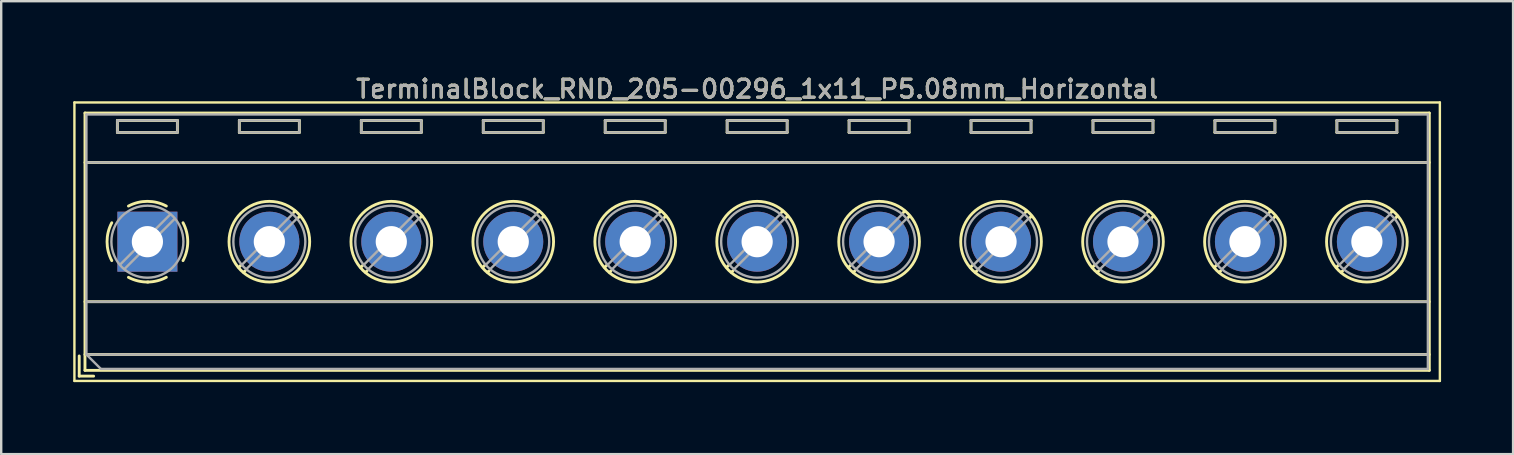
<source format=kicad_pcb>
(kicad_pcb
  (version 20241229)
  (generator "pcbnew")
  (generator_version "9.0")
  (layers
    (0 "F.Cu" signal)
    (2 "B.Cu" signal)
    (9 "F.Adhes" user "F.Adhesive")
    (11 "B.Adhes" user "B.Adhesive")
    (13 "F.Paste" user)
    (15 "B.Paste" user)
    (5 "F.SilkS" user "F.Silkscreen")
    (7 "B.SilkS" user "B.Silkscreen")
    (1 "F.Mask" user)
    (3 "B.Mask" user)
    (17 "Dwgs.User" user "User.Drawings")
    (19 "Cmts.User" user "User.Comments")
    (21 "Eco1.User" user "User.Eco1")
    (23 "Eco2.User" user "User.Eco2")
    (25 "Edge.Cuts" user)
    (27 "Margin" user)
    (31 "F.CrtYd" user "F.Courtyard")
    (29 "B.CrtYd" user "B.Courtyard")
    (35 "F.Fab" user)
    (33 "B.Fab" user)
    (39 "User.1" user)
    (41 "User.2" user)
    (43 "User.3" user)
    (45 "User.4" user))
  (footprint "TerminalBlock_RND_205-00296_1x11_P5.08mm_Horizontal"
    (layer "F.Cu")
    (at 3.09 7.018)
    (property "Reference" "TerminalBlock_RND_205-00296_1x11_P5.08mm_Horizontal" (at 25.4 -6.36 0) (layer "F.SilkS") (effects (font (size 0.75 0.75) (thickness 0.125))))
    (attr through_hole)
    (fp_line (start -3.04 -5.8) (end -3.04 5.8) (stroke (width 0.1) (type solid)) (layer "F.SilkS"))
    (fp_line (start -3.04 5.8) (end 53.84 5.8) (stroke (width 0.1) (type solid)) (layer "F.SilkS"))
    (fp_line (start -2.84 4.76) (end -2.84 5.6) (stroke (width 0.12) (type solid)) (layer "F.SilkS"))
    (fp_line (start -2.84 5.6) (end -2.24 5.6) (stroke (width 0.12) (type solid)) (layer "F.SilkS"))
    (fp_line (start -2.6 -5.36) (end -2.6 5.36) (stroke (width 0.12) (type solid)) (layer "F.SilkS"))
    (fp_line (start -2.6 -5.36) (end 53.4 -5.36) (stroke (width 0.12) (type solid)) (layer "F.SilkS"))
    (fp_line (start -2.6 -3.3) (end 53.4 -3.3) (stroke (width 0.12) (type solid)) (layer "F.SilkS"))
    (fp_line (start -2.6 2.5) (end 53.4 2.5) (stroke (width 0.12) (type solid)) (layer "F.SilkS"))
    (fp_line (start -2.6 4.7) (end 53.4 4.7) (stroke (width 0.12) (type solid)) (layer "F.SilkS"))
    (fp_line (start -2.6 5.36) (end 53.4 5.36) (stroke (width 0.12) (type solid)) (layer "F.SilkS"))
    (fp_line (start -1.25 -5.05) (end -1.25 -4.55) (stroke (width 0.12) (type solid)) (layer "F.SilkS"))
    (fp_line (start -1.25 -5.05) (end 1.25 -5.05) (stroke (width 0.12) (type solid)) (layer "F.SilkS"))
    (fp_line (start -1.25 -4.55) (end 1.25 -4.55) (stroke (width 0.12) (type solid)) (layer "F.SilkS"))
    (fp_line (start 1.25 -5.05) (end 1.25 -4.55) (stroke (width 0.12) (type solid)) (layer "F.SilkS"))
    (fp_line (start 3.83 -5.05) (end 3.83 -4.55) (stroke (width 0.12) (type solid)) (layer "F.SilkS"))
    (fp_line (start 3.83 -5.05) (end 6.33 -5.05) (stroke (width 0.12) (type solid)) (layer "F.SilkS"))
    (fp_line (start 3.83 -4.55) (end 6.33 -4.55) (stroke (width 0.12) (type solid)) (layer "F.SilkS"))
    (fp_line (start 3.9 0.976) (end 3.806 1.069) (stroke (width 0.12) (type solid)) (layer "F.SilkS"))
    (fp_line (start 4.07 1.216) (end 4.011 1.274) (stroke (width 0.12) (type solid)) (layer "F.SilkS"))
    (fp_line (start 6.15 -1.275) (end 6.091 -1.216) (stroke (width 0.12) (type solid)) (layer "F.SilkS"))
    (fp_line (start 6.33 -5.05) (end 6.33 -4.55) (stroke (width 0.12) (type solid)) (layer "F.SilkS"))
    (fp_line (start 6.355 -1.069) (end 6.261 -0.976) (stroke (width 0.12) (type solid)) (layer "F.SilkS"))
    (fp_line (start 8.91 -5.05) (end 8.91 -4.55) (stroke (width 0.12) (type solid)) (layer "F.SilkS"))
    (fp_line (start 8.91 -5.05) (end 11.41 -5.05) (stroke (width 0.12) (type solid)) (layer "F.SilkS"))
    (fp_line (start 8.91 -4.55) (end 11.41 -4.55) (stroke (width 0.12) (type solid)) (layer "F.SilkS"))
    (fp_line (start 8.98 0.976) (end 8.886 1.069) (stroke (width 0.12) (type solid)) (layer "F.SilkS"))
    (fp_line (start 9.15 1.216) (end 9.091 1.274) (stroke (width 0.12) (type solid)) (layer "F.SilkS"))
    (fp_line (start 11.23 -1.275) (end 11.171 -1.216) (stroke (width 0.12) (type solid)) (layer "F.SilkS"))
    (fp_line (start 11.41 -5.05) (end 11.41 -4.55) (stroke (width 0.12) (type solid)) (layer "F.SilkS"))
    (fp_line (start 11.435 -1.069) (end 11.341 -0.976) (stroke (width 0.12) (type solid)) (layer "F.SilkS"))
    (fp_line (start 13.99 -5.05) (end 13.99 -4.55) (stroke (width 0.12) (type solid)) (layer "F.SilkS"))
    (fp_line (start 13.99 -5.05) (end 16.49 -5.05) (stroke (width 0.12) (type solid)) (layer "F.SilkS"))
    (fp_line (start 13.99 -4.55) (end 16.49 -4.55) (stroke (width 0.12) (type solid)) (layer "F.SilkS"))
    (fp_line (start 14.06 0.976) (end 13.966 1.069) (stroke (width 0.12) (type solid)) (layer "F.SilkS"))
    (fp_line (start 14.23 1.216) (end 14.171 1.274) (stroke (width 0.12) (type solid)) (layer "F.SilkS"))
    (fp_line (start 16.31 -1.275) (end 16.251 -1.216) (stroke (width 0.12) (type solid)) (layer "F.SilkS"))
    (fp_line (start 16.49 -5.05) (end 16.49 -4.55) (stroke (width 0.12) (type solid)) (layer "F.SilkS"))
    (fp_line (start 16.515 -1.069) (end 16.421 -0.976) (stroke (width 0.12) (type solid)) (layer "F.SilkS"))
    (fp_line (start 19.07 -5.05) (end 19.07 -4.55) (stroke (width 0.12) (type solid)) (layer "F.SilkS"))
    (fp_line (start 19.07 -5.05) (end 21.57 -5.05) (stroke (width 0.12) (type solid)) (layer "F.SilkS"))
    (fp_line (start 19.07 -4.55) (end 21.57 -4.55) (stroke (width 0.12) (type solid)) (layer "F.SilkS"))
    (fp_line (start 19.14 0.976) (end 19.046 1.069) (stroke (width 0.12) (type solid)) (layer "F.SilkS"))
    (fp_line (start 19.31 1.216) (end 19.251 1.274) (stroke (width 0.12) (type solid)) (layer "F.SilkS"))
    (fp_line (start 21.39 -1.275) (end 21.331 -1.216) (stroke (width 0.12) (type solid)) (layer "F.SilkS"))
    (fp_line (start 21.57 -5.05) (end 21.57 -4.55) (stroke (width 0.12) (type solid)) (layer "F.SilkS"))
    (fp_line (start 21.595 -1.069) (end 21.501 -0.976) (stroke (width 0.12) (type solid)) (layer "F.SilkS"))
    (fp_line (start 24.15 -5.05) (end 24.15 -4.55) (stroke (width 0.12) (type solid)) (layer "F.SilkS"))
    (fp_line (start 24.15 -5.05) (end 26.65 -5.05) (stroke (width 0.12) (type solid)) (layer "F.SilkS"))
    (fp_line (start 24.15 -4.55) (end 26.65 -4.55) (stroke (width 0.12) (type solid)) (layer "F.SilkS"))
    (fp_line (start 24.22 0.976) (end 24.126 1.069) (stroke (width 0.12) (type solid)) (layer "F.SilkS"))
    (fp_line (start 24.39 1.216) (end 24.331 1.274) (stroke (width 0.12) (type solid)) (layer "F.SilkS"))
    (fp_line (start 26.47 -1.275) (end 26.411 -1.216) (stroke (width 0.12) (type solid)) (layer "F.SilkS"))
    (fp_line (start 26.65 -5.05) (end 26.65 -4.55) (stroke (width 0.12) (type solid)) (layer "F.SilkS"))
    (fp_line (start 26.675 -1.069) (end 26.581 -0.976) (stroke (width 0.12) (type solid)) (layer "F.SilkS"))
    (fp_line (start 29.23 -5.05) (end 29.23 -4.55) (stroke (width 0.12) (type solid)) (layer "F.SilkS"))
    (fp_line (start 29.23 -5.05) (end 31.73 -5.05) (stroke (width 0.12) (type solid)) (layer "F.SilkS"))
    (fp_line (start 29.23 -4.55) (end 31.73 -4.55) (stroke (width 0.12) (type solid)) (layer "F.SilkS"))
    (fp_line (start 29.3 0.976) (end 29.206 1.069) (stroke (width 0.12) (type solid)) (layer "F.SilkS"))
    (fp_line (start 29.47 1.216) (end 29.411 1.274) (stroke (width 0.12) (type solid)) (layer "F.SilkS"))
    (fp_line (start 31.55 -1.275) (end 31.491 -1.216) (stroke (width 0.12) (type solid)) (layer "F.SilkS"))
    (fp_line (start 31.73 -5.05) (end 31.73 -4.55) (stroke (width 0.12) (type solid)) (layer "F.SilkS"))
    (fp_line (start 31.755 -1.069) (end 31.661 -0.976) (stroke (width 0.12) (type solid)) (layer "F.SilkS"))
    (fp_line (start 34.31 -5.05) (end 34.31 -4.55) (stroke (width 0.12) (type solid)) (layer "F.SilkS"))
    (fp_line (start 34.31 -5.05) (end 36.81 -5.05) (stroke (width 0.12) (type solid)) (layer "F.SilkS"))
    (fp_line (start 34.31 -4.55) (end 36.81 -4.55) (stroke (width 0.12) (type solid)) (layer "F.SilkS"))
    (fp_line (start 34.38 0.976) (end 34.286 1.069) (stroke (width 0.12) (type solid)) (layer "F.SilkS"))
    (fp_line (start 34.55 1.216) (end 34.491 1.274) (stroke (width 0.12) (type solid)) (layer "F.SilkS"))
    (fp_line (start 36.63 -1.275) (end 36.571 -1.216) (stroke (width 0.12) (type solid)) (layer "F.SilkS"))
    (fp_line (start 36.81 -5.05) (end 36.81 -4.55) (stroke (width 0.12) (type solid)) (layer "F.SilkS"))
    (fp_line (start 36.835 -1.069) (end 36.741 -0.976) (stroke (width 0.12) (type solid)) (layer "F.SilkS"))
    (fp_line (start 39.39 -5.05) (end 39.39 -4.55) (stroke (width 0.12) (type solid)) (layer "F.SilkS"))
    (fp_line (start 39.39 -5.05) (end 41.89 -5.05) (stroke (width 0.12) (type solid)) (layer "F.SilkS"))
    (fp_line (start 39.39 -4.55) (end 41.89 -4.55) (stroke (width 0.12) (type solid)) (layer "F.SilkS"))
    (fp_line (start 39.46 0.976) (end 39.366 1.069) (stroke (width 0.12) (type solid)) (layer "F.SilkS"))
    (fp_line (start 39.63 1.216) (end 39.571 1.274) (stroke (width 0.12) (type solid)) (layer "F.SilkS"))
    (fp_line (start 41.71 -1.275) (end 41.651 -1.216) (stroke (width 0.12) (type solid)) (layer "F.SilkS"))
    (fp_line (start 41.89 -5.05) (end 41.89 -4.55) (stroke (width 0.12) (type solid)) (layer "F.SilkS"))
    (fp_line (start 41.915 -1.069) (end 41.821 -0.976) (stroke (width 0.12) (type solid)) (layer "F.SilkS"))
    (fp_line (start 44.47 -5.05) (end 44.47 -4.55) (stroke (width 0.12) (type solid)) (layer "F.SilkS"))
    (fp_line (start 44.47 -5.05) (end 46.97 -5.05) (stroke (width 0.12) (type solid)) (layer "F.SilkS"))
    (fp_line (start 44.47 -4.55) (end 46.97 -4.55) (stroke (width 0.12) (type solid)) (layer "F.SilkS"))
    (fp_line (start 44.54 0.976) (end 44.446 1.069) (stroke (width 0.12) (type solid)) (layer "F.SilkS"))
    (fp_line (start 44.71 1.216) (end 44.651 1.274) (stroke (width 0.12) (type solid)) (layer "F.SilkS"))
    (fp_line (start 46.79 -1.275) (end 46.731 -1.216) (stroke (width 0.12) (type solid)) (layer "F.SilkS"))
    (fp_line (start 46.97 -5.05) (end 46.97 -4.55) (stroke (width 0.12) (type solid)) (layer "F.SilkS"))
    (fp_line (start 46.995 -1.069) (end 46.901 -0.976) (stroke (width 0.12) (type solid)) (layer "F.SilkS"))
    (fp_line (start 49.55 -5.05) (end 49.55 -4.55) (stroke (width 0.12) (type solid)) (layer "F.SilkS"))
    (fp_line (start 49.55 -5.05) (end 52.05 -5.05) (stroke (width 0.12) (type solid)) (layer "F.SilkS"))
    (fp_line (start 49.55 -4.55) (end 52.05 -4.55) (stroke (width 0.12) (type solid)) (layer "F.SilkS"))
    (fp_line (start 49.62 0.976) (end 49.526 1.069) (stroke (width 0.12) (type solid)) (layer "F.SilkS"))
    (fp_line (start 49.79 1.216) (end 49.731 1.274) (stroke (width 0.12) (type solid)) (layer "F.SilkS"))
    (fp_line (start 51.87 -1.275) (end 51.811 -1.216) (stroke (width 0.12) (type solid)) (layer "F.SilkS"))
    (fp_line (start 52.05 -5.05) (end 52.05 -4.55) (stroke (width 0.12) (type solid)) (layer "F.SilkS"))
    (fp_line (start 52.075 -1.069) (end 51.981 -0.976) (stroke (width 0.12) (type solid)) (layer "F.SilkS"))
    (fp_line (start 53.4 -5.36) (end 53.4 5.36) (stroke (width 0.12) (type solid)) (layer "F.SilkS"))
    (fp_line (start 53.84 -5.8) (end -3.04 -5.8) (stroke (width 0.1) (type solid)) (layer "F.SilkS"))
    (fp_line (start 53.84 5.8) (end 53.84 -5.8) (stroke (width 0.1) (type solid)) (layer "F.SilkS"))
    (fp_arc (start -1.483953 0.789089) (mid -1.680708 0.00005) (end -1.484 -0.789) (stroke (width 0.12) (type solid)) (layer "F.SilkS"))
    (fp_arc (start -0.789089 -1.483953) (mid -0.00005 -1.680708) (end 0.789 -1.484) (stroke (width 0.12) (type solid)) (layer "F.SilkS"))
    (fp_arc (start 0.029383 1.68045) (mid -0.392304 1.634281) (end -0.789 1.484) (stroke (width 0.12) (type solid)) (layer "F.SilkS"))
    (fp_arc (start 0.788712 1.483352) (mid 0.406429 1.630097) (end 0 1.68) (stroke (width 0.12) (type solid)) (layer "F.SilkS"))
    (fp_arc (start 1.483953 -0.789089) (mid 1.680708 -0.00005) (end 1.484 0.789) (stroke (width 0.12) (type solid)) (layer "F.SilkS"))
    (fp_circle (center 5.08 0) (end 6.76 0) (stroke (width 0.12) (type solid)) (fill no) (layer "F.SilkS"))
    (fp_circle (center 10.16 0) (end 11.84 0) (stroke (width 0.12) (type solid)) (fill no) (layer "F.SilkS"))
    (fp_circle (center 15.24 0) (end 16.92 0) (stroke (width 0.12) (type solid)) (fill no) (layer "F.SilkS"))
    (fp_circle (center 20.32 0) (end 22 0) (stroke (width 0.12) (type solid)) (fill no) (layer "F.SilkS"))
    (fp_circle (center 25.4 0) (end 27.08 0) (stroke (width 0.12) (type solid)) (fill no) (layer "F.SilkS"))
    (fp_circle (center 30.48 0) (end 32.16 0) (stroke (width 0.12) (type solid)) (fill no) (layer "F.SilkS"))
    (fp_circle (center 35.56 0) (end 37.24 0) (stroke (width 0.12) (type solid)) (fill no) (layer "F.SilkS"))
    (fp_circle (center 40.64 0) (end 42.32 0) (stroke (width 0.12) (type solid)) (fill no) (layer "F.SilkS"))
    (fp_circle (center 45.72 0) (end 47.4 0) (stroke (width 0.12) (type solid)) (fill no) (layer "F.SilkS"))
    (fp_circle (center 50.8 0) (end 52.48 0) (stroke (width 0.12) (type solid)) (fill no) (layer "F.SilkS"))
    (fp_line (start -2.54 -5.3) (end 53.34 -5.3) (stroke (width 0.1) (type solid)) (layer "F.Fab"))
    (fp_line (start -2.54 -3.3) (end 53.34 -3.3) (stroke (width 0.1) (type solid)) (layer "F.Fab"))
    (fp_line (start -2.54 2.5) (end 53.34 2.5) (stroke (width 0.1) (type solid)) (layer "F.Fab"))
    (fp_line (start -2.54 4.7) (end -2.54 -5.3) (stroke (width 0.1) (type solid)) (layer "F.Fab"))
    (fp_line (start -2.54 4.7) (end 53.34 4.7) (stroke (width 0.1) (type solid)) (layer "F.Fab"))
    (fp_line (start -1.94 5.3) (end -2.54 4.7) (stroke (width 0.1) (type solid)) (layer "F.Fab"))
    (fp_line (start -1.25 -5.05) (end -1.25 -4.55) (stroke (width 0.1) (type solid)) (layer "F.Fab"))
    (fp_line (start -1.25 -4.55) (end 1.25 -4.55) (stroke (width 0.1) (type solid)) (layer "F.Fab"))
    (fp_line (start 0.955 -1.138) (end -1.138 0.955) (stroke (width 0.1) (type solid)) (layer "F.Fab"))
    (fp_line (start 1.138 -0.955) (end -0.955 1.138) (stroke (width 0.1) (type solid)) (layer "F.Fab"))
    (fp_line (start 1.25 -5.05) (end -1.25 -5.05) (stroke (width 0.1) (type solid)) (layer "F.Fab"))
    (fp_line (start 1.25 -4.55) (end 1.25 -5.05) (stroke (width 0.1) (type solid)) (layer "F.Fab"))
    (fp_line (start 3.83 -5.05) (end 3.83 -4.55) (stroke (width 0.1) (type solid)) (layer "F.Fab"))
    (fp_line (start 3.83 -4.55) (end 6.33 -4.55) (stroke (width 0.1) (type solid)) (layer "F.Fab"))
    (fp_line (start 6.035 -1.138) (end 3.943 0.955) (stroke (width 0.1) (type solid)) (layer "F.Fab"))
    (fp_line (start 6.218 -0.955) (end 4.126 1.138) (stroke (width 0.1) (type solid)) (layer "F.Fab"))
    (fp_line (start 6.33 -5.05) (end 3.83 -5.05) (stroke (width 0.1) (type solid)) (layer "F.Fab"))
    (fp_line (start 6.33 -4.55) (end 6.33 -5.05) (stroke (width 0.1) (type solid)) (layer "F.Fab"))
    (fp_line (start 8.91 -5.05) (end 8.91 -4.55) (stroke (width 0.1) (type solid)) (layer "F.Fab"))
    (fp_line (start 8.91 -4.55) (end 11.41 -4.55) (stroke (width 0.1) (type solid)) (layer "F.Fab"))
    (fp_line (start 11.115 -1.138) (end 9.023 0.955) (stroke (width 0.1) (type solid)) (layer "F.Fab"))
    (fp_line (start 11.298 -0.955) (end 9.206 1.138) (stroke (width 0.1) (type solid)) (layer "F.Fab"))
    (fp_line (start 11.41 -5.05) (end 8.91 -5.05) (stroke (width 0.1) (type solid)) (layer "F.Fab"))
    (fp_line (start 11.41 -4.55) (end 11.41 -5.05) (stroke (width 0.1) (type solid)) (layer "F.Fab"))
    (fp_line (start 13.99 -5.05) (end 13.99 -4.55) (stroke (width 0.1) (type solid)) (layer "F.Fab"))
    (fp_line (start 13.99 -4.55) (end 16.49 -4.55) (stroke (width 0.1) (type solid)) (layer "F.Fab"))
    (fp_line (start 16.195 -1.138) (end 14.103 0.955) (stroke (width 0.1) (type solid)) (layer "F.Fab"))
    (fp_line (start 16.378 -0.955) (end 14.286 1.138) (stroke (width 0.1) (type solid)) (layer "F.Fab"))
    (fp_line (start 16.49 -5.05) (end 13.99 -5.05) (stroke (width 0.1) (type solid)) (layer "F.Fab"))
    (fp_line (start 16.49 -4.55) (end 16.49 -5.05) (stroke (width 0.1) (type solid)) (layer "F.Fab"))
    (fp_line (start 19.07 -5.05) (end 19.07 -4.55) (stroke (width 0.1) (type solid)) (layer "F.Fab"))
    (fp_line (start 19.07 -4.55) (end 21.57 -4.55) (stroke (width 0.1) (type solid)) (layer "F.Fab"))
    (fp_line (start 21.275 -1.138) (end 19.183 0.955) (stroke (width 0.1) (type solid)) (layer "F.Fab"))
    (fp_line (start 21.458 -0.955) (end 19.366 1.138) (stroke (width 0.1) (type solid)) (layer "F.Fab"))
    (fp_line (start 21.57 -5.05) (end 19.07 -5.05) (stroke (width 0.1) (type solid)) (layer "F.Fab"))
    (fp_line (start 21.57 -4.55) (end 21.57 -5.05) (stroke (width 0.1) (type solid)) (layer "F.Fab"))
    (fp_line (start 24.15 -5.05) (end 24.15 -4.55) (stroke (width 0.1) (type solid)) (layer "F.Fab"))
    (fp_line (start 24.15 -4.55) (end 26.65 -4.55) (stroke (width 0.1) (type solid)) (layer "F.Fab"))
    (fp_line (start 26.355 -1.138) (end 24.263 0.955) (stroke (width 0.1) (type solid)) (layer "F.Fab"))
    (fp_line (start 26.538 -0.955) (end 24.446 1.138) (stroke (width 0.1) (type solid)) (layer "F.Fab"))
    (fp_line (start 26.65 -5.05) (end 24.15 -5.05) (stroke (width 0.1) (type solid)) (layer "F.Fab"))
    (fp_line (start 26.65 -4.55) (end 26.65 -5.05) (stroke (width 0.1) (type solid)) (layer "F.Fab"))
    (fp_line (start 29.23 -5.05) (end 29.23 -4.55) (stroke (width 0.1) (type solid)) (layer "F.Fab"))
    (fp_line (start 29.23 -4.55) (end 31.73 -4.55) (stroke (width 0.1) (type solid)) (layer "F.Fab"))
    (fp_line (start 31.435 -1.138) (end 29.343 0.955) (stroke (width 0.1) (type solid)) (layer "F.Fab"))
    (fp_line (start 31.618 -0.955) (end 29.526 1.138) (stroke (width 0.1) (type solid)) (layer "F.Fab"))
    (fp_line (start 31.73 -5.05) (end 29.23 -5.05) (stroke (width 0.1) (type solid)) (layer "F.Fab"))
    (fp_line (start 31.73 -4.55) (end 31.73 -5.05) (stroke (width 0.1) (type solid)) (layer "F.Fab"))
    (fp_line (start 34.31 -5.05) (end 34.31 -4.55) (stroke (width 0.1) (type solid)) (layer "F.Fab"))
    (fp_line (start 34.31 -4.55) (end 36.81 -4.55) (stroke (width 0.1) (type solid)) (layer "F.Fab"))
    (fp_line (start 36.515 -1.138) (end 34.423 0.955) (stroke (width 0.1) (type solid)) (layer "F.Fab"))
    (fp_line (start 36.698 -0.955) (end 34.606 1.138) (stroke (width 0.1) (type solid)) (layer "F.Fab"))
    (fp_line (start 36.81 -5.05) (end 34.31 -5.05) (stroke (width 0.1) (type solid)) (layer "F.Fab"))
    (fp_line (start 36.81 -4.55) (end 36.81 -5.05) (stroke (width 0.1) (type solid)) (layer "F.Fab"))
    (fp_line (start 39.39 -5.05) (end 39.39 -4.55) (stroke (width 0.1) (type solid)) (layer "F.Fab"))
    (fp_line (start 39.39 -4.55) (end 41.89 -4.55) (stroke (width 0.1) (type solid)) (layer "F.Fab"))
    (fp_line (start 41.595 -1.138) (end 39.503 0.955) (stroke (width 0.1) (type solid)) (layer "F.Fab"))
    (fp_line (start 41.778 -0.955) (end 39.686 1.138) (stroke (width 0.1) (type solid)) (layer "F.Fab"))
    (fp_line (start 41.89 -5.05) (end 39.39 -5.05) (stroke (width 0.1) (type solid)) (layer "F.Fab"))
    (fp_line (start 41.89 -4.55) (end 41.89 -5.05) (stroke (width 0.1) (type solid)) (layer "F.Fab"))
    (fp_line (start 44.47 -5.05) (end 44.47 -4.55) (stroke (width 0.1) (type solid)) (layer "F.Fab"))
    (fp_line (start 44.47 -4.55) (end 46.97 -4.55) (stroke (width 0.1) (type solid)) (layer "F.Fab"))
    (fp_line (start 46.675 -1.138) (end 44.583 0.955) (stroke (width 0.1) (type solid)) (layer "F.Fab"))
    (fp_line (start 46.858 -0.955) (end 44.766 1.138) (stroke (width 0.1) (type solid)) (layer "F.Fab"))
    (fp_line (start 46.97 -5.05) (end 44.47 -5.05) (stroke (width 0.1) (type solid)) (layer "F.Fab"))
    (fp_line (start 46.97 -4.55) (end 46.97 -5.05) (stroke (width 0.1) (type solid)) (layer "F.Fab"))
    (fp_line (start 49.55 -5.05) (end 49.55 -4.55) (stroke (width 0.1) (type solid)) (layer "F.Fab"))
    (fp_line (start 49.55 -4.55) (end 52.05 -4.55) (stroke (width 0.1) (type solid)) (layer "F.Fab"))
    (fp_line (start 51.755 -1.138) (end 49.663 0.955) (stroke (width 0.1) (type solid)) (layer "F.Fab"))
    (fp_line (start 51.938 -0.955) (end 49.846 1.138) (stroke (width 0.1) (type solid)) (layer "F.Fab"))
    (fp_line (start 52.05 -5.05) (end 49.55 -5.05) (stroke (width 0.1) (type solid)) (layer "F.Fab"))
    (fp_line (start 52.05 -4.55) (end 52.05 -5.05) (stroke (width 0.1) (type solid)) (layer "F.Fab"))
    (fp_line (start 53.34 -5.3) (end 53.34 5.3) (stroke (width 0.1) (type solid)) (layer "F.Fab"))
    (fp_line (start 53.34 5.3) (end -1.94 5.3) (stroke (width 0.1) (type solid)) (layer "F.Fab"))
    (fp_circle (center 0 0) (end 1.5 0) (stroke (width 0.1) (type solid)) (fill no) (layer "F.Fab"))
    (fp_circle (center 5.08 0) (end 6.58 0) (stroke (width 0.1) (type solid)) (fill no) (layer "F.Fab"))
    (fp_circle (center 10.16 0) (end 11.66 0) (stroke (width 0.1) (type solid)) (fill no) (layer "F.Fab"))
    (fp_circle (center 15.24 0) (end 16.74 0) (stroke (width 0.1) (type solid)) (fill no) (layer "F.Fab"))
    (fp_circle (center 20.32 0) (end 21.82 0) (stroke (width 0.1) (type solid)) (fill no) (layer "F.Fab"))
    (fp_circle (center 25.4 0) (end 26.9 0) (stroke (width 0.1) (type solid)) (fill no) (layer "F.Fab"))
    (fp_circle (center 30.48 0) (end 31.98 0) (stroke (width 0.1) (type solid)) (fill no) (layer "F.Fab"))
    (fp_circle (center 35.56 0) (end 37.06 0) (stroke (width 0.1) (type solid)) (fill no) (layer "F.Fab"))
    (fp_circle (center 40.64 0) (end 42.14 0) (stroke (width 0.1) (type solid)) (fill no) (layer "F.Fab"))
    (fp_circle (center 45.72 0) (end 47.22 0) (stroke (width 0.1) (type solid)) (fill no) (layer "F.Fab"))
    (fp_circle (center 50.8 0) (end 52.3 0) (stroke (width 0.1) (type solid)) (fill no) (layer "F.Fab"))
    (fp_text user "${REFERENCE}" (at 25.4 -6.36 0) (layer "F.Fab") (effects (font (size 0.75 0.75) (thickness 0.125))))
    (pad "1" thru_hole rect (at 0 0) (size 2.5 2.5) (drill 1.3) (layers "*.Cu" "*.Mask"))
    (pad "2" thru_hole circle (at 5.08 0) (size 2.5 2.5) (drill 1.3) (layers "*.Cu" "*.Mask"))
    (pad "3" thru_hole circle (at 10.16 0) (size 2.5 2.5) (drill 1.3) (layers "*.Cu" "*.Mask"))
    (pad "4" thru_hole circle (at 15.24 0) (size 2.5 2.5) (drill 1.3) (layers "*.Cu" "*.Mask"))
    (pad "5" thru_hole circle (at 20.32 0) (size 2.5 2.5) (drill 1.3) (layers "*.Cu" "*.Mask"))
    (pad "6" thru_hole circle (at 25.4 0) (size 2.5 2.5) (drill 1.3) (layers "*.Cu" "*.Mask"))
    (pad "7" thru_hole circle (at 30.48 0) (size 2.5 2.5) (drill 1.3) (layers "*.Cu" "*.Mask"))
    (pad "8" thru_hole circle (at 35.56 0) (size 2.5 2.5) (drill 1.3) (layers "*.Cu" "*.Mask"))
    (pad "9" thru_hole circle (at 40.64 0) (size 2.5 2.5) (drill 1.3) (layers "*.Cu" "*.Mask"))
    (pad "10" thru_hole circle (at 45.72 0) (size 2.5 2.5) (drill 1.3) (layers "*.Cu" "*.Mask"))
    (pad "11" thru_hole circle (at 50.8 0) (size 2.5 2.5) (drill 1.3) (layers "*.Cu" "*.Mask")))
  (gr_rect
    (start -3 -3)
    (end 59.98 15.868)
    (stroke (width 0.1) (type default))
    (fill no)
    (layer "Edge.Cuts")))
</source>
